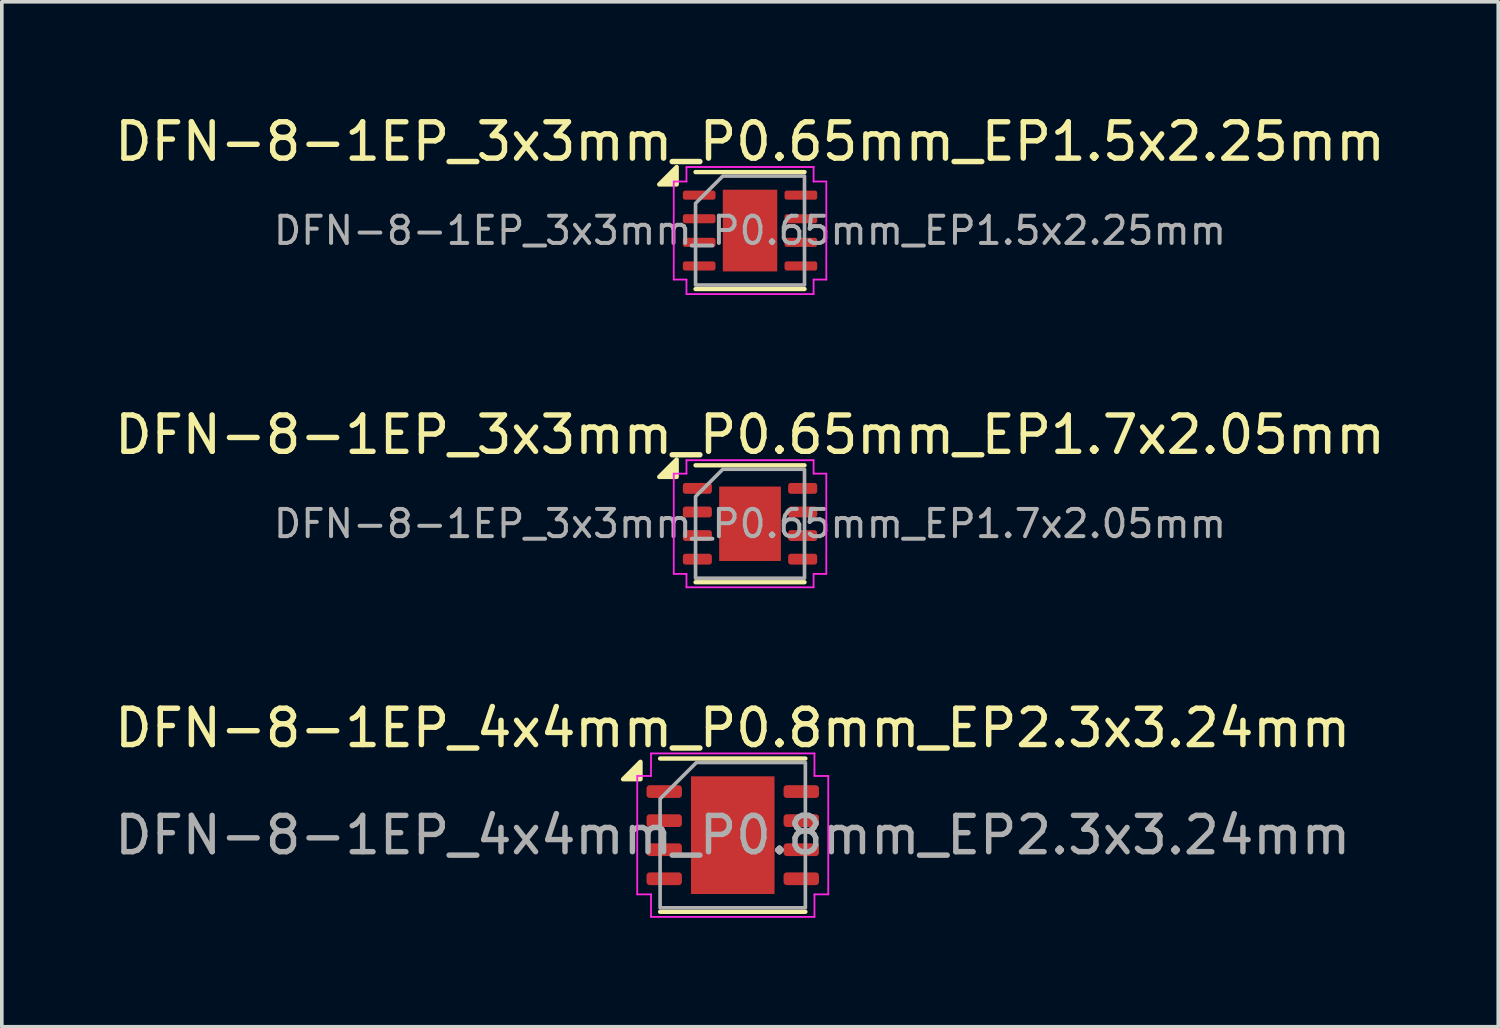
<source format=kicad_pcb>
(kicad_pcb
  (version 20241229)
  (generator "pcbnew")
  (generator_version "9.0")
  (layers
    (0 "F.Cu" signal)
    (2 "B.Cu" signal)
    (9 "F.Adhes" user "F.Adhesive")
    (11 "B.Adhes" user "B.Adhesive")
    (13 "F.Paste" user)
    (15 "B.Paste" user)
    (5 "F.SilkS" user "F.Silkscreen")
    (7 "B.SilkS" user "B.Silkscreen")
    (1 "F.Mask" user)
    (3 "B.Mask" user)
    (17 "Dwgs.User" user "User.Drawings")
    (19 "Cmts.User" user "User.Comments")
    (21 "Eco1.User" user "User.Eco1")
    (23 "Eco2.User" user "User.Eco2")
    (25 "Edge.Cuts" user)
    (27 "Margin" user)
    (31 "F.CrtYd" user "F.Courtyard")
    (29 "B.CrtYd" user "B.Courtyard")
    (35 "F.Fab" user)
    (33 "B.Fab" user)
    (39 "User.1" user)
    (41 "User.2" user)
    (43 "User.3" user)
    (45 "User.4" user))
  (footprint "DFN-8-1EP_4x4mm_P0.8mm_EP2.3x3.24mm"
    (layer "F.Cu")
    (at 17.125 19.945)
    (property "Reference" "DFN-8-1EP_4x4mm_P0.8mm_EP2.3x3.24mm" (at 0 -2.95 0) (layer "F.SilkS") (effects (font (size 1 1) (thickness 0.15))))
    (attr smd)
    (fp_line (start -2 -2.11) (end 2 -2.11) (stroke (width 0.12) (type solid)) (layer "F.SilkS"))
    (fp_line (start -2 2.11) (end 2 2.11) (stroke (width 0.12) (type solid)) (layer "F.SilkS"))
    (fp_poly (pts (xy -2.54 -1.54) (xy -3.02 -1.54) (xy -2.54 -2.02)) (stroke (width 0.12) (type solid)) (fill yes) (layer "F.SilkS"))
    (fp_line (start -2.63 -1.63) (end -2.25 -1.63) (stroke (width 0.05) (type solid)) (layer "F.CrtYd"))
    (fp_line (start -2.63 1.63) (end -2.63 -1.63) (stroke (width 0.05) (type solid)) (layer "F.CrtYd"))
    (fp_line (start -2.25 -2.25) (end 2.25 -2.25) (stroke (width 0.05) (type solid)) (layer "F.CrtYd"))
    (fp_line (start -2.25 -1.63) (end -2.25 -2.25) (stroke (width 0.05) (type solid)) (layer "F.CrtYd"))
    (fp_line (start -2.25 1.63) (end -2.63 1.63) (stroke (width 0.05) (type solid)) (layer "F.CrtYd"))
    (fp_line (start -2.25 2.25) (end -2.25 1.63) (stroke (width 0.05) (type solid)) (layer "F.CrtYd"))
    (fp_line (start 2.25 -2.25) (end 2.25 -1.63) (stroke (width 0.05) (type solid)) (layer "F.CrtYd"))
    (fp_line (start 2.25 -1.63) (end 2.63 -1.63) (stroke (width 0.05) (type solid)) (layer "F.CrtYd"))
    (fp_line (start 2.25 1.63) (end 2.25 2.25) (stroke (width 0.05) (type solid)) (layer "F.CrtYd"))
    (fp_line (start 2.25 2.25) (end -2.25 2.25) (stroke (width 0.05) (type solid)) (layer "F.CrtYd"))
    (fp_line (start 2.63 -1.63) (end 2.63 1.63) (stroke (width 0.05) (type solid)) (layer "F.CrtYd"))
    (fp_line (start 2.63 1.63) (end 2.25 1.63) (stroke (width 0.05) (type solid)) (layer "F.CrtYd"))
    (fp_poly (pts (xy -2 -1) (xy -2 2) (xy 2 2) (xy 2 -2) (xy -1 -2)) (stroke (width 0.1) (type solid)) (fill no) (layer "F.Fab"))
    (fp_text user "${REFERENCE}" (at 0 0 0) (layer "F.Fab") (effects (font (size 1 1) (thickness 0.15))))
    (pad "" smd roundrect (at -0.575 -0.81) (size 0.93 1.31) (layers "F.Paste") (roundrect_rratio 0.25))
    (pad "" smd roundrect (at -0.575 0.81) (size 0.93 1.31) (layers "F.Paste") (roundrect_rratio 0.25))
    (pad "" smd roundrect (at 0.575 -0.81) (size 0.93 1.31) (layers "F.Paste") (roundrect_rratio 0.25))
    (pad "" smd roundrect (at 0.575 0.81) (size 0.93 1.31) (layers "F.Paste") (roundrect_rratio 0.25))
    (pad "1" smd roundrect (at -1.887 -1.2) (size 0.975 0.35) (layers "F.Cu" "F.Mask" "F.Paste") (roundrect_rratio 0.25))
    (pad "2" smd roundrect (at -1.887 -0.4) (size 0.975 0.35) (layers "F.Cu" "F.Mask" "F.Paste") (roundrect_rratio 0.25))
    (pad "3" smd roundrect (at -1.887 0.4) (size 0.975 0.35) (layers "F.Cu" "F.Mask" "F.Paste") (roundrect_rratio 0.25))
    (pad "4" smd roundrect (at -1.887 1.2) (size 0.975 0.35) (layers "F.Cu" "F.Mask" "F.Paste") (roundrect_rratio 0.25))
    (pad "5" smd roundrect (at 1.887 1.2) (size 0.975 0.35) (layers "F.Cu" "F.Mask" "F.Paste") (roundrect_rratio 0.25))
    (pad "6" smd roundrect (at 1.887 0.4) (size 0.975 0.35) (layers "F.Cu" "F.Mask" "F.Paste") (roundrect_rratio 0.25))
    (pad "7" smd roundrect (at 1.887 -0.4) (size 0.975 0.35) (layers "F.Cu" "F.Mask" "F.Paste") (roundrect_rratio 0.25))
    (pad "8" smd roundrect (at 1.887 -1.2) (size 0.975 0.35) (layers "F.Cu" "F.Mask" "F.Paste") (roundrect_rratio 0.25))
    (pad "9" smd rect (at 0 0) (size 2.3 3.24) (property pad_prop_heatsink) (layers "F.Cu" "F.Mask")))
  (footprint "DFN-8-1EP_3x3mm_P0.65mm_EP1.5x2.25mm"
    (layer "F.Cu")
    (at 17.601 3.298)
    (property "Reference" "DFN-8-1EP_3x3mm_P0.65mm_EP1.5x2.25mm" (at 0 -2.45 0) (layer "F.SilkS") (effects (font (size 1 1) (thickness 0.15))))
    (attr smd)
    (fp_line (start -1.5 -1.61) (end 1.5 -1.61) (stroke (width 0.12) (type solid)) (layer "F.SilkS"))
    (fp_line (start -1.5 1.61) (end 1.5 1.61) (stroke (width 0.12) (type solid)) (layer "F.SilkS"))
    (fp_poly (pts (xy -2.02 -1.27) (xy -2.5 -1.27) (xy -2.02 -1.75)) (stroke (width 0.12) (type solid)) (fill yes) (layer "F.SilkS"))
    (fp_line (start -2.1 -1.35) (end -1.75 -1.35) (stroke (width 0.05) (type solid)) (layer "F.CrtYd"))
    (fp_line (start -2.1 1.35) (end -2.1 -1.35) (stroke (width 0.05) (type solid)) (layer "F.CrtYd"))
    (fp_line (start -1.75 -1.75) (end 1.75 -1.75) (stroke (width 0.05) (type solid)) (layer "F.CrtYd"))
    (fp_line (start -1.75 -1.35) (end -1.75 -1.75) (stroke (width 0.05) (type solid)) (layer "F.CrtYd"))
    (fp_line (start -1.75 1.35) (end -2.1 1.35) (stroke (width 0.05) (type solid)) (layer "F.CrtYd"))
    (fp_line (start -1.75 1.75) (end -1.75 1.35) (stroke (width 0.05) (type solid)) (layer "F.CrtYd"))
    (fp_line (start 1.75 -1.75) (end 1.75 -1.35) (stroke (width 0.05) (type solid)) (layer "F.CrtYd"))
    (fp_line (start 1.75 -1.35) (end 2.1 -1.35) (stroke (width 0.05) (type solid)) (layer "F.CrtYd"))
    (fp_line (start 1.75 1.35) (end 1.75 1.75) (stroke (width 0.05) (type solid)) (layer "F.CrtYd"))
    (fp_line (start 1.75 1.75) (end -1.75 1.75) (stroke (width 0.05) (type solid)) (layer "F.CrtYd"))
    (fp_line (start 2.1 -1.35) (end 2.1 1.35) (stroke (width 0.05) (type solid)) (layer "F.CrtYd"))
    (fp_line (start 2.1 1.35) (end 1.75 1.35) (stroke (width 0.05) (type solid)) (layer "F.CrtYd"))
    (fp_poly (pts (xy -1.5 -0.75) (xy -1.5 1.5) (xy 1.5 1.5) (xy 1.5 -1.5) (xy -0.75 -1.5)) (stroke (width 0.1) (type solid)) (fill no) (layer "F.Fab"))
    (fp_text user "${REFERENCE}" (at 0 0 0) (layer "F.Fab") (effects (font (size 0.75 0.75) (thickness 0.11))))
    (pad "" smd roundrect (at -0.375 -0.56) (size 0.6 0.91) (layers "F.Paste") (roundrect_rratio 0.25))
    (pad "" smd roundrect (at -0.375 0.56) (size 0.6 0.91) (layers "F.Paste") (roundrect_rratio 0.25))
    (pad "" smd roundrect (at 0.375 -0.56) (size 0.6 0.91) (layers "F.Paste") (roundrect_rratio 0.25))
    (pad "" smd roundrect (at 0.375 0.56) (size 0.6 0.91) (layers "F.Paste") (roundrect_rratio 0.25))
    (pad "1" smd roundrect (at -1.4 -0.975) (size 0.9 0.25) (layers "F.Cu" "F.Mask" "F.Paste") (roundrect_rratio 0.25))
    (pad "2" smd roundrect (at -1.4 -0.325) (size 0.9 0.25) (layers "F.Cu" "F.Mask" "F.Paste") (roundrect_rratio 0.25))
    (pad "3" smd roundrect (at -1.4 0.325) (size 0.9 0.25) (layers "F.Cu" "F.Mask" "F.Paste") (roundrect_rratio 0.25))
    (pad "4" smd roundrect (at -1.4 0.975) (size 0.9 0.25) (layers "F.Cu" "F.Mask" "F.Paste") (roundrect_rratio 0.25))
    (pad "5" smd roundrect (at 1.4 0.975) (size 0.9 0.25) (layers "F.Cu" "F.Mask" "F.Paste") (roundrect_rratio 0.25))
    (pad "6" smd roundrect (at 1.4 0.325) (size 0.9 0.25) (layers "F.Cu" "F.Mask" "F.Paste") (roundrect_rratio 0.25))
    (pad "7" smd roundrect (at 1.4 -0.325) (size 0.9 0.25) (layers "F.Cu" "F.Mask" "F.Paste") (roundrect_rratio 0.25))
    (pad "8" smd roundrect (at 1.4 -0.975) (size 0.9 0.25) (layers "F.Cu" "F.Mask" "F.Paste") (roundrect_rratio 0.25))
    (pad "9" smd rect (at 0 0) (size 1.5 2.25) (property pad_prop_heatsink) (layers "F.Cu" "F.Mask")))
  (footprint "DFN-8-1EP_3x3mm_P0.65mm_EP1.7x2.05mm"
    (layer "F.Cu")
    (at 17.601 11.371)
    (property "Reference" "DFN-8-1EP_3x3mm_P0.65mm_EP1.7x2.05mm" (at 0 -2.45 0) (layer "F.SilkS") (effects (font (size 1 1) (thickness 0.15))))
    (attr smd)
    (fp_line (start -1.5 -1.61) (end 1.5 -1.61) (stroke (width 0.12) (type solid)) (layer "F.SilkS"))
    (fp_line (start -1.5 1.61) (end 1.5 1.61) (stroke (width 0.12) (type solid)) (layer "F.SilkS"))
    (fp_poly (pts (xy -2.02 -1.29) (xy -2.5 -1.29) (xy -2.02 -1.77)) (stroke (width 0.12) (type solid)) (fill yes) (layer "F.SilkS"))
    (fp_line (start -2.1 -1.38) (end -1.75 -1.38) (stroke (width 0.05) (type solid)) (layer "F.CrtYd"))
    (fp_line (start -2.1 1.38) (end -2.1 -1.38) (stroke (width 0.05) (type solid)) (layer "F.CrtYd"))
    (fp_line (start -1.75 -1.75) (end 1.75 -1.75) (stroke (width 0.05) (type solid)) (layer "F.CrtYd"))
    (fp_line (start -1.75 -1.38) (end -1.75 -1.75) (stroke (width 0.05) (type solid)) (layer "F.CrtYd"))
    (fp_line (start -1.75 1.38) (end -2.1 1.38) (stroke (width 0.05) (type solid)) (layer "F.CrtYd"))
    (fp_line (start -1.75 1.75) (end -1.75 1.38) (stroke (width 0.05) (type solid)) (layer "F.CrtYd"))
    (fp_line (start 1.75 -1.75) (end 1.75 -1.38) (stroke (width 0.05) (type solid)) (layer "F.CrtYd"))
    (fp_line (start 1.75 -1.38) (end 2.1 -1.38) (stroke (width 0.05) (type solid)) (layer "F.CrtYd"))
    (fp_line (start 1.75 1.38) (end 1.75 1.75) (stroke (width 0.05) (type solid)) (layer "F.CrtYd"))
    (fp_line (start 1.75 1.75) (end -1.75 1.75) (stroke (width 0.05) (type solid)) (layer "F.CrtYd"))
    (fp_line (start 2.1 -1.38) (end 2.1 1.38) (stroke (width 0.05) (type solid)) (layer "F.CrtYd"))
    (fp_line (start 2.1 1.38) (end 1.75 1.38) (stroke (width 0.05) (type solid)) (layer "F.CrtYd"))
    (fp_poly (pts (xy -1.5 -0.75) (xy -1.5 1.5) (xy 1.5 1.5) (xy 1.5 -1.5) (xy -0.75 -1.5)) (stroke (width 0.1) (type solid)) (fill no) (layer "F.Fab"))
    (fp_text user "${REFERENCE}" (at 0 0 0) (layer "F.Fab") (effects (font (size 0.75 0.75) (thickness 0.11))))
    (pad "" smd roundrect (at -0.425 -0.51) (size 0.69 0.83) (layers "F.Paste") (roundrect_rratio 0.25))
    (pad "" smd roundrect (at -0.425 0.51) (size 0.69 0.83) (layers "F.Paste") (roundrect_rratio 0.25))
    (pad "" smd roundrect (at 0.425 -0.51) (size 0.69 0.83) (layers "F.Paste") (roundrect_rratio 0.25))
    (pad "" smd roundrect (at 0.425 0.51) (size 0.69 0.83) (layers "F.Paste") (roundrect_rratio 0.25))
    (pad "1" smd roundrect (at -1.45 -0.975) (size 0.8 0.3) (layers "F.Cu" "F.Mask" "F.Paste") (roundrect_rratio 0.25))
    (pad "2" smd roundrect (at -1.45 -0.325) (size 0.8 0.3) (layers "F.Cu" "F.Mask" "F.Paste") (roundrect_rratio 0.25))
    (pad "3" smd roundrect (at -1.45 0.325) (size 0.8 0.3) (layers "F.Cu" "F.Mask" "F.Paste") (roundrect_rratio 0.25))
    (pad "4" smd roundrect (at -1.45 0.975) (size 0.8 0.3) (layers "F.Cu" "F.Mask" "F.Paste") (roundrect_rratio 0.25))
    (pad "5" smd roundrect (at 1.45 0.975) (size 0.8 0.3) (layers "F.Cu" "F.Mask" "F.Paste") (roundrect_rratio 0.25))
    (pad "6" smd roundrect (at 1.45 0.325) (size 0.8 0.3) (layers "F.Cu" "F.Mask" "F.Paste") (roundrect_rratio 0.25))
    (pad "7" smd roundrect (at 1.45 -0.325) (size 0.8 0.3) (layers "F.Cu" "F.Mask" "F.Paste") (roundrect_rratio 0.25))
    (pad "8" smd roundrect (at 1.45 -0.975) (size 0.8 0.3) (layers "F.Cu" "F.Mask" "F.Paste") (roundrect_rratio 0.25))
    (pad "9" smd rect (at 0 0) (size 1.7 2.05) (property pad_prop_heatsink) (layers "F.Cu" "F.Mask")))
  (gr_rect
    (start -3 -3)
    (end 38.202 25.22)
    (stroke (width 0.1) (type default))
    (fill no)
    (layer "Edge.Cuts")))
</source>
